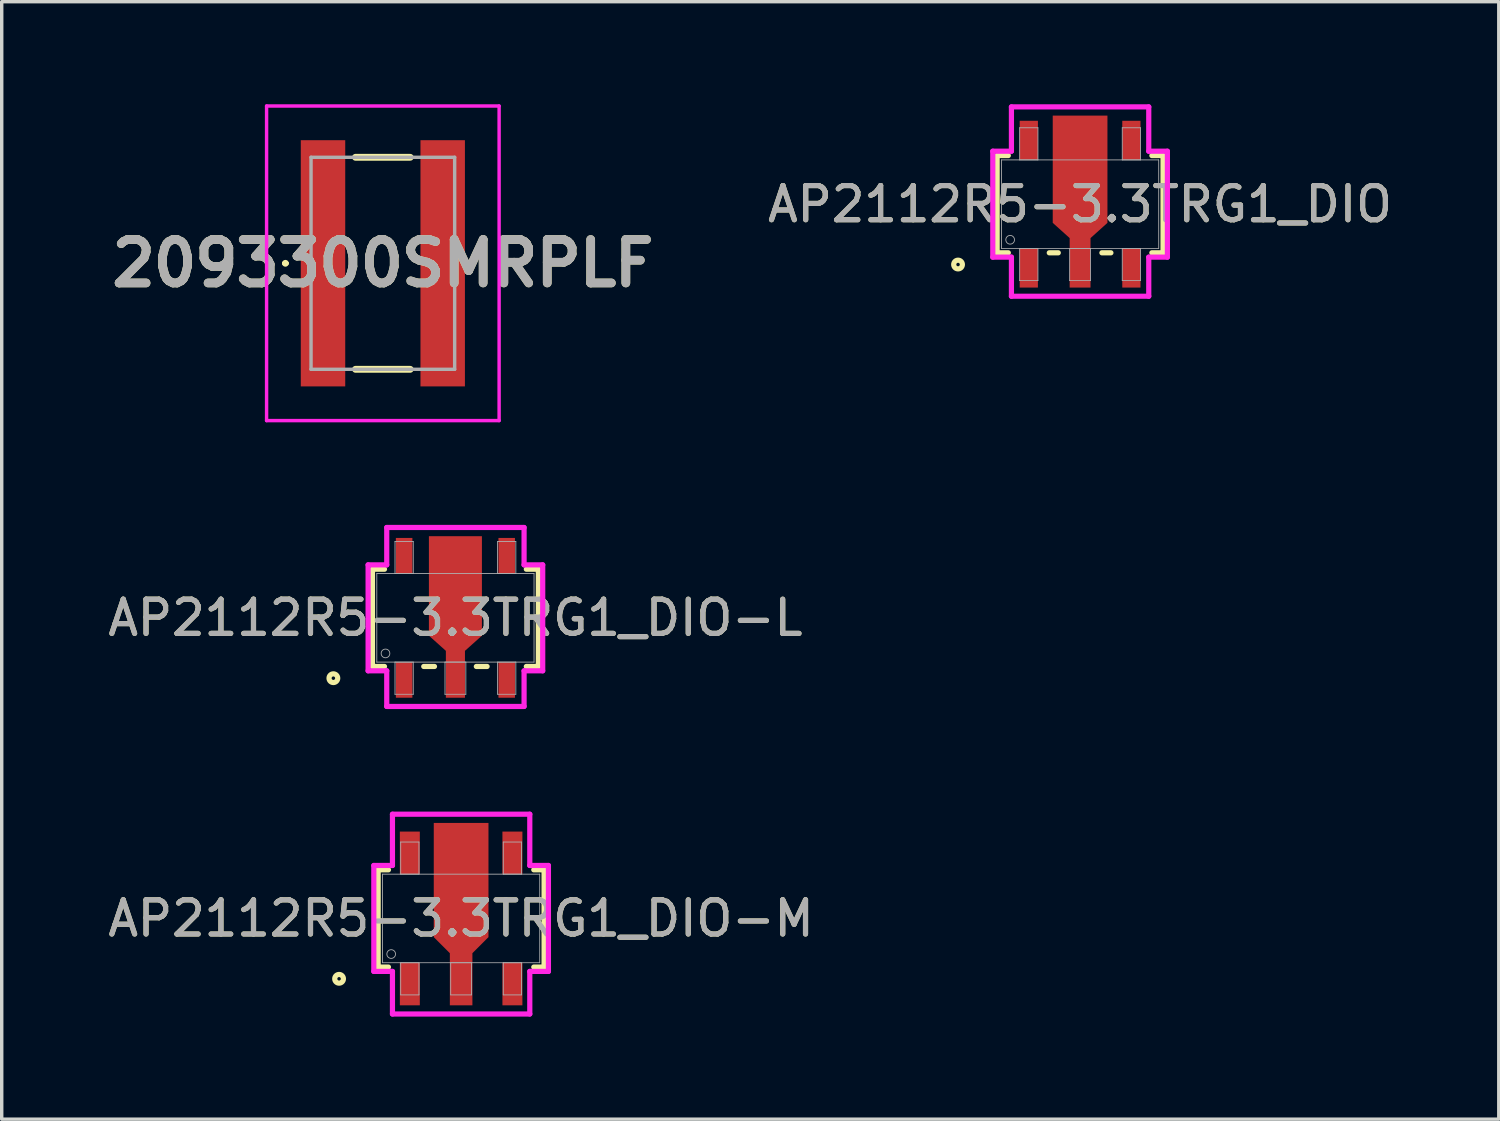
<source format=kicad_pcb>
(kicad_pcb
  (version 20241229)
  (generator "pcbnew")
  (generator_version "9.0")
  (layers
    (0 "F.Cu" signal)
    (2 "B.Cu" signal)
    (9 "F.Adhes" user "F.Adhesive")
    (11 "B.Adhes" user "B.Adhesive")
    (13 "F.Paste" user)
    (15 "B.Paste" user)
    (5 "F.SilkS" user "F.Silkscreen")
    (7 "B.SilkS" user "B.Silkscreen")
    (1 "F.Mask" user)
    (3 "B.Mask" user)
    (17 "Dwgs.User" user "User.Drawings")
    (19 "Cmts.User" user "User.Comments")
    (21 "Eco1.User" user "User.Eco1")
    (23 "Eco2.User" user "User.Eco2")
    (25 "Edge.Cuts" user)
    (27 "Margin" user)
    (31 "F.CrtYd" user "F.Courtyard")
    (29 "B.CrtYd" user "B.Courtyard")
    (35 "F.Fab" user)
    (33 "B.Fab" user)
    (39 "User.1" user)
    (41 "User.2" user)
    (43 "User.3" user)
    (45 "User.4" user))
  (footprint "2093300SMRPLF"
    (layer "F.Cu")
    (at 8.146 4.65)
    (property "Reference" "2093300SMRPLF" (at 0 0 0) (layer "F.SilkS") (effects (font (size 1.27 1.27) (thickness 0.254))))
    (attr smd)
    (fp_line (start -2.9 0) (end -2.9 0) (stroke (width 0.1) (type solid)) (layer "F.SilkS"))
    (fp_line (start -2.8 0) (end -2.8 0) (stroke (width 0.1) (type solid)) (layer "F.SilkS"))
    (fp_line (start -0.8 -3.1) (end 0.8 -3.1) (stroke (width 0.2) (type solid)) (layer "F.SilkS"))
    (fp_line (start -0.8 3.1) (end 0.8 3.1) (stroke (width 0.2) (type solid)) (layer "F.SilkS"))
    (fp_arc (start -2.9 0) (mid -2.85 -0.05) (end -2.8 0) (stroke (width 0.1) (type solid)) (layer "F.SilkS"))
    (fp_arc (start -2.8 0) (mid -2.85 0.05) (end -2.9 0) (stroke (width 0.1) (type solid)) (layer "F.SilkS"))
    (fp_line (start -3.4 -4.6) (end 3.4 -4.6) (stroke (width 0.1) (type solid)) (layer "F.CrtYd"))
    (fp_line (start -3.4 4.6) (end -3.4 -4.6) (stroke (width 0.1) (type solid)) (layer "F.CrtYd"))
    (fp_line (start 3.4 -4.6) (end 3.4 4.6) (stroke (width 0.1) (type solid)) (layer "F.CrtYd"))
    (fp_line (start 3.4 4.6) (end -3.4 4.6) (stroke (width 0.1) (type solid)) (layer "F.CrtYd"))
    (fp_line (start -2.1 -3.1) (end -2.1 3.1) (stroke (width 0.1) (type solid)) (layer "F.Fab"))
    (fp_line (start -2.1 3.1) (end 2.1 3.1) (stroke (width 0.1) (type solid)) (layer "F.Fab"))
    (fp_line (start 2.1 -3.1) (end -2.1 -3.1) (stroke (width 0.1) (type solid)) (layer "F.Fab"))
    (fp_line (start 2.1 3.1) (end 2.1 -3.1) (stroke (width 0.1) (type solid)) (layer "F.Fab"))
    (fp_text user "${REFERENCE}" (at 0 0 0) (layer "F.Fab") (effects (font (size 1.27 1.27) (thickness 0.254))))
    (pad "1" smd rect (at -1.75 0) (size 1.3 7.2) (layers "F.Cu" "F.Mask" "F.Paste"))
    (pad "2" smd rect (at 1.75 0) (size 1.3 7.2) (layers "F.Cu" "F.Mask" "F.Paste")))
  (footprint "AP2112R5-3.3TRG1_DIO-L"
    (layer "F.Cu")
    (at 10.268 15.018)
    (property "Reference" "AP2112R5-3.3TRG1_DIO-L" (at 0 0 0) (unlocked yes) (layer "F.SilkS") (effects (font (size 1 1) (thickness 0.15))))
    (attr smd)
    (fp_poly (pts (xy -0.279 1.295) (xy -0.279 0.965) (xy -0.775 0.521) (xy -0.775 -2.388) (xy -0.241 -2.388) (xy 0.241 -2.388) (xy 0.775 -2.388) (xy 0.775 0.521) (xy 0.279 0.965) (xy 0.279 1.295)) (stroke (width 0) (type solid)) (fill yes) (layer "F.Cu"))
    (fp_poly (pts (xy -0.279 1.295) (xy -0.279 0.965) (xy -0.775 0.521) (xy -0.775 -2.388) (xy -0.241 -2.388) (xy 0.241 -2.388) (xy 0.775 -2.388) (xy 0.775 0.521) (xy 0.279 0.965) (xy 0.279 1.295)) (stroke (width 0) (type solid)) (fill yes) (layer "F.Mask"))
    (fp_line (start -2.426 -1.422) (end -2.426 1.422) (stroke (width 0.152) (type solid)) (layer "F.SilkS"))
    (fp_line (start -2.426 1.422) (end -2.074 1.422) (stroke (width 0.152) (type solid)) (layer "F.SilkS"))
    (fp_line (start -2.074 -1.422) (end -2.426 -1.422) (stroke (width 0.152) (type solid)) (layer "F.SilkS"))
    (fp_line (start -0.926 1.422) (end -0.612 1.422) (stroke (width 0.152) (type solid)) (layer "F.SilkS"))
    (fp_line (start 0.612 1.422) (end 0.926 1.422) (stroke (width 0.152) (type solid)) (layer "F.SilkS"))
    (fp_line (start 2.074 1.422) (end 2.426 1.422) (stroke (width 0.152) (type solid)) (layer "F.SilkS"))
    (fp_line (start 2.426 -1.422) (end 2.074 -1.422) (stroke (width 0.152) (type solid)) (layer "F.SilkS"))
    (fp_line (start 2.426 1.422) (end 2.426 -1.422) (stroke (width 0.152) (type solid)) (layer "F.SilkS"))
    (fp_circle (center -3.569 1.765) (end -3.442 1.765) (stroke (width 0.152) (type solid)) (fill no) (layer "F.SilkS"))
    (fp_poly (pts (xy -0.279 1.295) (xy -0.279 0.965) (xy -0.775 0.521) (xy -0.775 -2.388) (xy -0.241 -2.388) (xy 0.241 -2.388) (xy 0.775 -2.388) (xy 0.775 0.521) (xy 0.279 0.965) (xy 0.279 1.295)) (stroke (width 0) (type solid)) (fill yes) (layer "F.Paste"))
    (fp_line (start -2.553 -1.549) (end -2.008 -1.549) (stroke (width 0.152) (type solid)) (layer "F.CrtYd"))
    (fp_line (start -2.553 1.549) (end -2.553 -1.549) (stroke (width 0.152) (type solid)) (layer "F.CrtYd"))
    (fp_line (start -2.008 -2.642) (end 2.008 -2.642) (stroke (width 0.152) (type solid)) (layer "F.CrtYd"))
    (fp_line (start -2.008 -1.549) (end -2.008 -2.642) (stroke (width 0.152) (type solid)) (layer "F.CrtYd"))
    (fp_line (start -2.008 1.549) (end -2.553 1.549) (stroke (width 0.152) (type solid)) (layer "F.CrtYd"))
    (fp_line (start -2.008 2.591) (end -2.008 1.549) (stroke (width 0.152) (type solid)) (layer "F.CrtYd"))
    (fp_line (start 2.008 -2.642) (end 2.008 -1.549) (stroke (width 0.152) (type solid)) (layer "F.CrtYd"))
    (fp_line (start 2.008 -1.549) (end 2.553 -1.549) (stroke (width 0.152) (type solid)) (layer "F.CrtYd"))
    (fp_line (start 2.008 1.549) (end 2.008 2.591) (stroke (width 0.152) (type solid)) (layer "F.CrtYd"))
    (fp_line (start 2.008 2.591) (end -2.008 2.591) (stroke (width 0.152) (type solid)) (layer "F.CrtYd"))
    (fp_line (start 2.553 -1.549) (end 2.553 1.549) (stroke (width 0.152) (type solid)) (layer "F.CrtYd"))
    (fp_line (start 2.553 1.549) (end 2.008 1.549) (stroke (width 0.152) (type solid)) (layer "F.CrtYd"))
    (fp_line (start -2.299 -1.295) (end -2.299 1.295) (stroke (width 0.025) (type solid)) (layer "F.Fab"))
    (fp_line (start -2.299 1.295) (end 2.299 1.295) (stroke (width 0.025) (type solid)) (layer "F.Fab"))
    (fp_line (start -1.767 -2.235) (end -1.767 -1.295) (stroke (width 0.025) (type solid)) (layer "F.Fab"))
    (fp_line (start -1.767 -1.295) (end -1.233 -1.295) (stroke (width 0.025) (type solid)) (layer "F.Fab"))
    (fp_line (start -1.767 1.295) (end -1.767 2.235) (stroke (width 0.025) (type solid)) (layer "F.Fab"))
    (fp_line (start -1.767 2.235) (end -1.233 2.235) (stroke (width 0.025) (type solid)) (layer "F.Fab"))
    (fp_line (start -1.233 -2.235) (end -1.767 -2.235) (stroke (width 0.025) (type solid)) (layer "F.Fab"))
    (fp_line (start -1.233 -1.295) (end -1.233 -2.235) (stroke (width 0.025) (type solid)) (layer "F.Fab"))
    (fp_line (start -1.233 1.295) (end -1.767 1.295) (stroke (width 0.025) (type solid)) (layer "F.Fab"))
    (fp_line (start -1.233 2.235) (end -1.233 1.295) (stroke (width 0.025) (type solid)) (layer "F.Fab"))
    (fp_line (start -0.305 1.295) (end -0.305 2.235) (stroke (width 0.025) (type solid)) (layer "F.Fab"))
    (fp_line (start -0.305 2.235) (end 0.305 2.235) (stroke (width 0.025) (type solid)) (layer "F.Fab"))
    (fp_line (start 0.305 1.295) (end -0.305 1.295) (stroke (width 0.025) (type solid)) (layer "F.Fab"))
    (fp_line (start 0.305 2.235) (end 0.305 1.295) (stroke (width 0.025) (type solid)) (layer "F.Fab"))
    (fp_line (start 1.233 -2.235) (end 1.233 -1.295) (stroke (width 0.025) (type solid)) (layer "F.Fab"))
    (fp_line (start 1.233 -1.295) (end 1.767 -1.295) (stroke (width 0.025) (type solid)) (layer "F.Fab"))
    (fp_line (start 1.233 1.295) (end 1.233 2.235) (stroke (width 0.025) (type solid)) (layer "F.Fab"))
    (fp_line (start 1.233 2.235) (end 1.767 2.235) (stroke (width 0.025) (type solid)) (layer "F.Fab"))
    (fp_line (start 1.767 -2.235) (end 1.233 -2.235) (stroke (width 0.025) (type solid)) (layer "F.Fab"))
    (fp_line (start 1.767 -1.295) (end 1.767 -2.235) (stroke (width 0.025) (type solid)) (layer "F.Fab"))
    (fp_line (start 1.767 1.295) (end 1.233 1.295) (stroke (width 0.025) (type solid)) (layer "F.Fab"))
    (fp_line (start 1.767 2.235) (end 1.767 1.295) (stroke (width 0.025) (type solid)) (layer "F.Fab"))
    (fp_line (start 2.299 -1.295) (end -2.299 -1.295) (stroke (width 0.025) (type solid)) (layer "F.Fab"))
    (fp_line (start 2.299 1.295) (end 2.299 -1.295) (stroke (width 0.025) (type solid)) (layer "F.Fab"))
    (fp_circle (center -2.045 1.041) (end -1.918 1.041) (stroke (width 0.025) (type solid)) (fill no) (layer "F.Fab"))
    (fp_text user "${REFERENCE}" (at 0 0 0) (unlocked yes) (layer "F.Fab") (effects (font (size 1 1) (thickness 0.15))))
    (pad "1" smd rect (at -1.5 1.816) (size 0.483 1.041) (layers "F.Cu" "F.Mask" "F.Paste"))
    (pad "2" smd rect (at 0 1.816) (size 0.559 1.041) (layers "F.Cu" "F.Mask" "F.Paste"))
    (pad "3" smd rect (at 1.5 1.816) (size 0.483 1.041) (layers "F.Cu" "F.Mask" "F.Paste"))
    (pad "4" smd rect (at 1.5 -1.816) (size 0.483 1.041) (layers "F.Cu" "F.Mask" "F.Paste"))
    (pad "5" smd rect (at -1.5 -1.816) (size 0.483 1.041) (layers "F.Cu" "F.Mask" "F.Paste")))
  (footprint "AP2112R5-3.3TRG1_DIO"
    (layer "F.Cu")
    (at 28.536 2.921)
    (property "Reference" "AP2112R5-3.3TRG1_DIO" (at 0 0 0) (unlocked yes) (layer "F.SilkS") (effects (font (size 1 1) (thickness 0.15))))
    (attr smd)
    (fp_poly (pts (xy -0.305 1.295) (xy -0.305 0.991) (xy -0.8 0.546) (xy -0.8 -2.591) (xy -0.267 -2.591) (xy 0.267 -2.591) (xy 0.8 -2.591) (xy 0.8 0.546) (xy 0.305 0.991) (xy 0.305 1.295)) (stroke (width 0) (type solid)) (fill yes) (layer "F.Cu"))
    (fp_poly (pts (xy -0.305 1.295) (xy -0.305 0.991) (xy -0.8 0.546) (xy -0.8 -2.591) (xy -0.267 -2.591) (xy 0.267 -2.591) (xy 0.8 -2.591) (xy 0.8 0.546) (xy 0.305 0.991) (xy 0.305 1.295)) (stroke (width 0) (type solid)) (fill yes) (layer "F.Mask"))
    (fp_line (start -2.426 -1.422) (end -2.426 1.422) (stroke (width 0.152) (type solid)) (layer "F.SilkS"))
    (fp_line (start -2.426 1.422) (end -2.099 1.422) (stroke (width 0.152) (type solid)) (layer "F.SilkS"))
    (fp_line (start -2.099 -1.422) (end -2.426 -1.422) (stroke (width 0.152) (type solid)) (layer "F.SilkS"))
    (fp_line (start -0.901 1.422) (end -0.638 1.422) (stroke (width 0.152) (type solid)) (layer "F.SilkS"))
    (fp_line (start 0.638 1.422) (end 0.901 1.422) (stroke (width 0.152) (type solid)) (layer "F.SilkS"))
    (fp_line (start 2.099 1.422) (end 2.426 1.422) (stroke (width 0.152) (type solid)) (layer "F.SilkS"))
    (fp_line (start 2.426 -1.422) (end 2.099 -1.422) (stroke (width 0.152) (type solid)) (layer "F.SilkS"))
    (fp_line (start 2.426 1.422) (end 2.426 -1.422) (stroke (width 0.152) (type solid)) (layer "F.SilkS"))
    (fp_circle (center -3.569 1.765) (end -3.442 1.765) (stroke (width 0.152) (type solid)) (fill no) (layer "F.SilkS"))
    (fp_poly (pts (xy -0.305 1.295) (xy -0.305 0.991) (xy -0.8 0.546) (xy -0.8 -2.591) (xy -0.267 -2.591) (xy 0.267 -2.591) (xy 0.8 -2.591) (xy 0.8 0.546) (xy 0.305 0.991) (xy 0.305 1.295)) (stroke (width 0) (type solid)) (fill yes) (layer "F.Paste"))
    (fp_line (start -2.553 -1.549) (end -2.008 -1.549) (stroke (width 0.152) (type solid)) (layer "F.CrtYd"))
    (fp_line (start -2.553 1.549) (end -2.553 -1.549) (stroke (width 0.152) (type solid)) (layer "F.CrtYd"))
    (fp_line (start -2.008 -2.845) (end 2.008 -2.845) (stroke (width 0.152) (type solid)) (layer "F.CrtYd"))
    (fp_line (start -2.008 -1.549) (end -2.008 -2.845) (stroke (width 0.152) (type solid)) (layer "F.CrtYd"))
    (fp_line (start -2.008 1.549) (end -2.553 1.549) (stroke (width 0.152) (type solid)) (layer "F.CrtYd"))
    (fp_line (start -2.008 2.692) (end -2.008 1.549) (stroke (width 0.152) (type solid)) (layer "F.CrtYd"))
    (fp_line (start 2.008 -2.845) (end 2.008 -1.549) (stroke (width 0.152) (type solid)) (layer "F.CrtYd"))
    (fp_line (start 2.008 -1.549) (end 2.553 -1.549) (stroke (width 0.152) (type solid)) (layer "F.CrtYd"))
    (fp_line (start 2.008 1.549) (end 2.008 2.692) (stroke (width 0.152) (type solid)) (layer "F.CrtYd"))
    (fp_line (start 2.008 2.692) (end -2.008 2.692) (stroke (width 0.152) (type solid)) (layer "F.CrtYd"))
    (fp_line (start 2.553 -1.549) (end 2.553 1.549) (stroke (width 0.152) (type solid)) (layer "F.CrtYd"))
    (fp_line (start 2.553 1.549) (end 2.008 1.549) (stroke (width 0.152) (type solid)) (layer "F.CrtYd"))
    (fp_line (start -2.299 -1.295) (end -2.299 1.295) (stroke (width 0.025) (type solid)) (layer "F.Fab"))
    (fp_line (start -2.299 1.295) (end 2.299 1.295) (stroke (width 0.025) (type solid)) (layer "F.Fab"))
    (fp_line (start -1.767 -2.235) (end -1.767 -1.295) (stroke (width 0.025) (type solid)) (layer "F.Fab"))
    (fp_line (start -1.767 -1.295) (end -1.233 -1.295) (stroke (width 0.025) (type solid)) (layer "F.Fab"))
    (fp_line (start -1.767 1.295) (end -1.767 2.235) (stroke (width 0.025) (type solid)) (layer "F.Fab"))
    (fp_line (start -1.767 2.235) (end -1.233 2.235) (stroke (width 0.025) (type solid)) (layer "F.Fab"))
    (fp_line (start -1.233 -2.235) (end -1.767 -2.235) (stroke (width 0.025) (type solid)) (layer "F.Fab"))
    (fp_line (start -1.233 -1.295) (end -1.233 -2.235) (stroke (width 0.025) (type solid)) (layer "F.Fab"))
    (fp_line (start -1.233 1.295) (end -1.767 1.295) (stroke (width 0.025) (type solid)) (layer "F.Fab"))
    (fp_line (start -1.233 2.235) (end -1.233 1.295) (stroke (width 0.025) (type solid)) (layer "F.Fab"))
    (fp_line (start -0.305 1.295) (end -0.305 2.235) (stroke (width 0.025) (type solid)) (layer "F.Fab"))
    (fp_line (start -0.305 2.235) (end 0.305 2.235) (stroke (width 0.025) (type solid)) (layer "F.Fab"))
    (fp_line (start 0.305 1.295) (end -0.305 1.295) (stroke (width 0.025) (type solid)) (layer "F.Fab"))
    (fp_line (start 0.305 2.235) (end 0.305 1.295) (stroke (width 0.025) (type solid)) (layer "F.Fab"))
    (fp_line (start 1.233 -2.235) (end 1.233 -1.295) (stroke (width 0.025) (type solid)) (layer "F.Fab"))
    (fp_line (start 1.233 -1.295) (end 1.767 -1.295) (stroke (width 0.025) (type solid)) (layer "F.Fab"))
    (fp_line (start 1.233 1.295) (end 1.233 2.235) (stroke (width 0.025) (type solid)) (layer "F.Fab"))
    (fp_line (start 1.233 2.235) (end 1.767 2.235) (stroke (width 0.025) (type solid)) (layer "F.Fab"))
    (fp_line (start 1.767 -2.235) (end 1.233 -2.235) (stroke (width 0.025) (type solid)) (layer "F.Fab"))
    (fp_line (start 1.767 -1.295) (end 1.767 -2.235) (stroke (width 0.025) (type solid)) (layer "F.Fab"))
    (fp_line (start 1.767 1.295) (end 1.233 1.295) (stroke (width 0.025) (type solid)) (layer "F.Fab"))
    (fp_line (start 1.767 2.235) (end 1.767 1.295) (stroke (width 0.025) (type solid)) (layer "F.Fab"))
    (fp_line (start 2.299 -1.295) (end -2.299 -1.295) (stroke (width 0.025) (type solid)) (layer "F.Fab"))
    (fp_line (start 2.299 1.295) (end 2.299 -1.295) (stroke (width 0.025) (type solid)) (layer "F.Fab"))
    (fp_circle (center -2.045 1.041) (end -1.918 1.041) (stroke (width 0.025) (type solid)) (fill no) (layer "F.Fab"))
    (fp_text user "${REFERENCE}" (at 0 0 0) (unlocked yes) (layer "F.Fab") (effects (font (size 1 1) (thickness 0.15))))
    (pad "1" smd rect (at -1.5 1.867) (size 0.533 1.143) (layers "F.Cu" "F.Mask" "F.Paste"))
    (pad "2" smd rect (at 0 1.867) (size 0.61 1.143) (layers "F.Cu" "F.Mask" "F.Paste"))
    (pad "3" smd rect (at 1.5 1.867) (size 0.533 1.143) (layers "F.Cu" "F.Mask" "F.Paste"))
    (pad "4" smd rect (at 1.5 -1.867) (size 0.533 1.143) (layers "F.Cu" "F.Mask" "F.Paste"))
    (pad "5" smd rect (at -1.5 -1.867) (size 0.533 1.143) (layers "F.Cu" "F.Mask" "F.Paste")))
  (footprint "AP2112R5-3.3TRG1_DIO-M"
    (layer "F.Cu")
    (at 10.435 23.809)
    (property "Reference" "AP2112R5-3.3TRG1_DIO-M" (at 0 0 0) (unlocked yes) (layer "F.SilkS") (effects (font (size 1 1) (thickness 0.15))))
    (attr smd)
    (fp_poly (pts (xy -0.33 1.295) (xy -0.33 1.016) (xy -0.8 0.546) (xy -0.8 -2.794) (xy -0.267 -2.794) (xy 0.267 -2.794) (xy 0.8 -2.794) (xy 0.8 0.546) (xy 0.33 1.016) (xy 0.33 1.295)) (stroke (width 0) (type solid)) (fill yes) (layer "F.Cu"))
    (fp_poly (pts (xy -0.33 1.295) (xy -0.33 1.016) (xy -0.8 0.546) (xy -0.8 -2.794) (xy -0.267 -2.794) (xy 0.267 -2.794) (xy 0.8 -2.794) (xy 0.8 0.546) (xy 0.33 1.016) (xy 0.33 1.295)) (stroke (width 0) (type solid)) (fill yes) (layer "F.Mask"))
    (fp_line (start -2.426 -1.422) (end -2.426 1.422) (stroke (width 0.152) (type solid)) (layer "F.SilkS"))
    (fp_line (start -2.426 1.422) (end -2.125 1.422) (stroke (width 0.152) (type solid)) (layer "F.SilkS"))
    (fp_line (start -2.125 -1.422) (end -2.426 -1.422) (stroke (width 0.152) (type solid)) (layer "F.SilkS"))
    (fp_line (start 2.125 1.422) (end 2.426 1.422) (stroke (width 0.152) (type solid)) (layer "F.SilkS"))
    (fp_line (start 2.426 -1.422) (end 2.125 -1.422) (stroke (width 0.152) (type solid)) (layer "F.SilkS"))
    (fp_line (start 2.426 1.422) (end 2.426 -1.422) (stroke (width 0.152) (type solid)) (layer "F.SilkS"))
    (fp_circle (center -3.569 1.765) (end -3.442 1.765) (stroke (width 0.152) (type solid)) (fill no) (layer "F.SilkS"))
    (fp_poly (pts (xy -0.33 1.295) (xy -0.33 1.016) (xy -0.8 0.546) (xy -0.8 -2.794) (xy -0.267 -2.794) (xy 0.267 -2.794) (xy 0.8 -2.794) (xy 0.8 0.546) (xy 0.33 1.016) (xy 0.33 1.295)) (stroke (width 0) (type solid)) (fill yes) (layer "F.Paste"))
    (fp_line (start -2.553 -1.549) (end -2.008 -1.549) (stroke (width 0.152) (type solid)) (layer "F.CrtYd"))
    (fp_line (start -2.553 1.549) (end -2.553 -1.549) (stroke (width 0.152) (type solid)) (layer "F.CrtYd"))
    (fp_line (start -2.008 -3.048) (end 2.008 -3.048) (stroke (width 0.152) (type solid)) (layer "F.CrtYd"))
    (fp_line (start -2.008 -1.549) (end -2.008 -3.048) (stroke (width 0.152) (type solid)) (layer "F.CrtYd"))
    (fp_line (start -2.008 1.549) (end -2.553 1.549) (stroke (width 0.152) (type solid)) (layer "F.CrtYd"))
    (fp_line (start -2.008 2.794) (end -2.008 1.549) (stroke (width 0.152) (type solid)) (layer "F.CrtYd"))
    (fp_line (start 2.008 -3.048) (end 2.008 -1.549) (stroke (width 0.152) (type solid)) (layer "F.CrtYd"))
    (fp_line (start 2.008 -1.549) (end 2.553 -1.549) (stroke (width 0.152) (type solid)) (layer "F.CrtYd"))
    (fp_line (start 2.008 1.549) (end 2.008 2.794) (stroke (width 0.152) (type solid)) (layer "F.CrtYd"))
    (fp_line (start 2.008 2.794) (end -2.008 2.794) (stroke (width 0.152) (type solid)) (layer "F.CrtYd"))
    (fp_line (start 2.553 -1.549) (end 2.553 1.549) (stroke (width 0.152) (type solid)) (layer "F.CrtYd"))
    (fp_line (start 2.553 1.549) (end 2.008 1.549) (stroke (width 0.152) (type solid)) (layer "F.CrtYd"))
    (fp_line (start -2.299 -1.295) (end -2.299 1.295) (stroke (width 0.025) (type solid)) (layer "F.Fab"))
    (fp_line (start -2.299 1.295) (end 2.299 1.295) (stroke (width 0.025) (type solid)) (layer "F.Fab"))
    (fp_line (start -1.767 -2.235) (end -1.767 -1.295) (stroke (width 0.025) (type solid)) (layer "F.Fab"))
    (fp_line (start -1.767 -1.295) (end -1.233 -1.295) (stroke (width 0.025) (type solid)) (layer "F.Fab"))
    (fp_line (start -1.767 1.295) (end -1.767 2.235) (stroke (width 0.025) (type solid)) (layer "F.Fab"))
    (fp_line (start -1.767 2.235) (end -1.233 2.235) (stroke (width 0.025) (type solid)) (layer "F.Fab"))
    (fp_line (start -1.233 -2.235) (end -1.767 -2.235) (stroke (width 0.025) (type solid)) (layer "F.Fab"))
    (fp_line (start -1.233 -1.295) (end -1.233 -2.235) (stroke (width 0.025) (type solid)) (layer "F.Fab"))
    (fp_line (start -1.233 1.295) (end -1.767 1.295) (stroke (width 0.025) (type solid)) (layer "F.Fab"))
    (fp_line (start -1.233 2.235) (end -1.233 1.295) (stroke (width 0.025) (type solid)) (layer "F.Fab"))
    (fp_line (start -0.305 1.295) (end -0.305 2.235) (stroke (width 0.025) (type solid)) (layer "F.Fab"))
    (fp_line (start -0.305 2.235) (end 0.305 2.235) (stroke (width 0.025) (type solid)) (layer "F.Fab"))
    (fp_line (start 0.305 1.295) (end -0.305 1.295) (stroke (width 0.025) (type solid)) (layer "F.Fab"))
    (fp_line (start 0.305 2.235) (end 0.305 1.295) (stroke (width 0.025) (type solid)) (layer "F.Fab"))
    (fp_line (start 1.233 -2.235) (end 1.233 -1.295) (stroke (width 0.025) (type solid)) (layer "F.Fab"))
    (fp_line (start 1.233 -1.295) (end 1.767 -1.295) (stroke (width 0.025) (type solid)) (layer "F.Fab"))
    (fp_line (start 1.233 1.295) (end 1.233 2.235) (stroke (width 0.025) (type solid)) (layer "F.Fab"))
    (fp_line (start 1.233 2.235) (end 1.767 2.235) (stroke (width 0.025) (type solid)) (layer "F.Fab"))
    (fp_line (start 1.767 -2.235) (end 1.233 -2.235) (stroke (width 0.025) (type solid)) (layer "F.Fab"))
    (fp_line (start 1.767 -1.295) (end 1.767 -2.235) (stroke (width 0.025) (type solid)) (layer "F.Fab"))
    (fp_line (start 1.767 1.295) (end 1.233 1.295) (stroke (width 0.025) (type solid)) (layer "F.Fab"))
    (fp_line (start 1.767 2.235) (end 1.767 1.295) (stroke (width 0.025) (type solid)) (layer "F.Fab"))
    (fp_line (start 2.299 -1.295) (end -2.299 -1.295) (stroke (width 0.025) (type solid)) (layer "F.Fab"))
    (fp_line (start 2.299 1.295) (end 2.299 -1.295) (stroke (width 0.025) (type solid)) (layer "F.Fab"))
    (fp_circle (center -2.045 1.041) (end -1.918 1.041) (stroke (width 0.025) (type solid)) (fill no) (layer "F.Fab"))
    (fp_text user "${REFERENCE}" (at 0 0 0) (unlocked yes) (layer "F.Fab") (effects (font (size 1 1) (thickness 0.15))))
    (pad "1" smd rect (at -1.5 1.918) (size 0.584 1.245) (layers "F.Cu" "F.Mask" "F.Paste"))
    (pad "2" smd rect (at 0 1.918) (size 0.66 1.245) (layers "F.Cu" "F.Mask" "F.Paste"))
    (pad "3" smd rect (at 1.5 1.918) (size 0.584 1.245) (layers "F.Cu" "F.Mask" "F.Paste"))
    (pad "4" smd rect (at 1.5 -1.918) (size 0.584 1.245) (layers "F.Cu" "F.Mask" "F.Paste"))
    (pad "5" smd rect (at -1.5 -1.918) (size 0.584 1.245) (layers "F.Cu" "F.Mask" "F.Paste")))
  (gr_rect
    (start -3 -3)
    (end 40.78 29.679)
    (stroke (width 0.1) (type default))
    (fill no)
    (layer "Edge.Cuts")))
</source>
